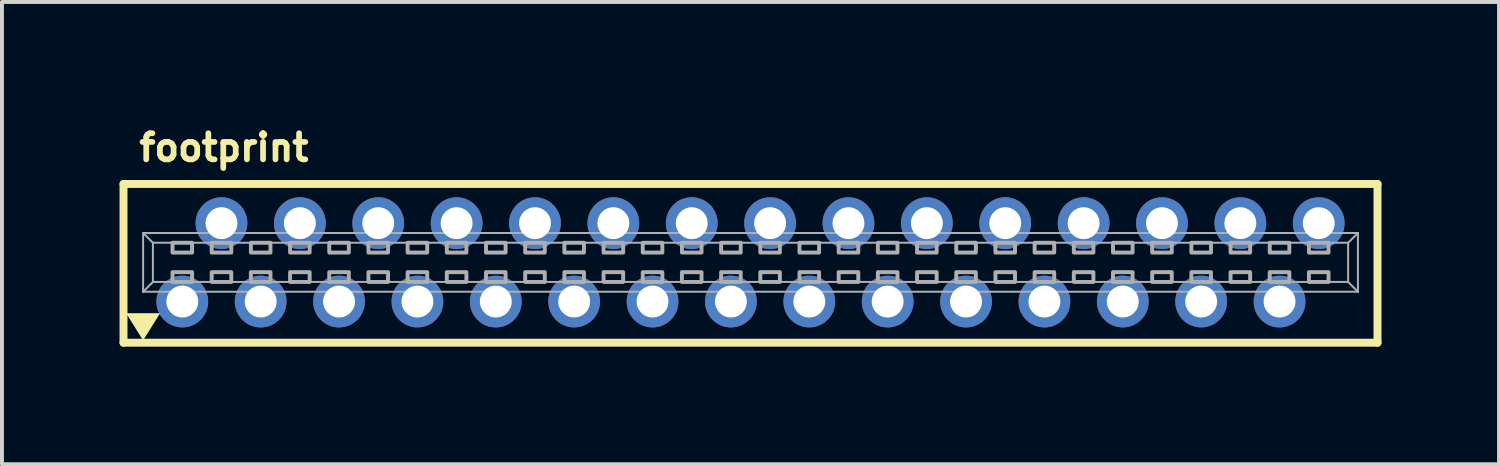
<source format=kicad_pcb>
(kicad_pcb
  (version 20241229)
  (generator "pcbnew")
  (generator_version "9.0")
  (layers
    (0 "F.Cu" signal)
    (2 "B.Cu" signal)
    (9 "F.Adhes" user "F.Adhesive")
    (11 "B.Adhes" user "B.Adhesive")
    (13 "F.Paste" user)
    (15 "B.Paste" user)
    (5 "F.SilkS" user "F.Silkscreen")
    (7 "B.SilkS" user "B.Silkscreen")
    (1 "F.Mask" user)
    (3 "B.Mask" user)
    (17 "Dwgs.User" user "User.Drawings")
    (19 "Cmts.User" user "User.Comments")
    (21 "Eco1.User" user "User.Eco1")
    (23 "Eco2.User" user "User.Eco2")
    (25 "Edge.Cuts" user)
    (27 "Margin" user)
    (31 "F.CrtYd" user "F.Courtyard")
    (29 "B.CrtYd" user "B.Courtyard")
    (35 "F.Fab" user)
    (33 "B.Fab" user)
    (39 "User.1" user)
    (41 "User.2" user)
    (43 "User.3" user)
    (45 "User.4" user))
  (footprint "footprint"
    (layer "F.Cu")
    (at 16.102 3.645)
    (property "Reference" "footprint" (at -15.675 -2.54 0) (layer "F.SilkS") (effects (font (size 0.666 0.666) (thickness 0.146)) (justify left bottom)))
    (fp_line (start -16 -2) (end -16 2.05) (stroke (width 0.203) (type solid)) (layer "F.SilkS"))
    (fp_line (start -16 2.05) (end 16 2.05) (stroke (width 0.203) (type solid)) (layer "F.SilkS"))
    (fp_line (start 16 -2) (end -16 -2) (stroke (width 0.203) (type solid)) (layer "F.SilkS"))
    (fp_line (start 16 -2) (end 16 2.05) (stroke (width 0.203) (type solid)) (layer "F.SilkS"))
    (fp_poly (pts (xy -15.5 1.992) (xy -15.933 1.298) (xy -15.067 1.298)) (stroke (width 0) (type solid)) (fill yes) (layer "F.SilkS"))
    (fp_line (start -15.5 -0.75) (end 15.5 -0.75) (stroke (width 0.051) (type solid)) (layer "F.Fab"))
    (fp_line (start -15.5 0.75) (end -15.5 -0.75) (stroke (width 0.051) (type solid)) (layer "F.Fab"))
    (fp_line (start -15.25 -0.5) (end -15.5 -0.75) (stroke (width 0.051) (type solid)) (layer "F.Fab"))
    (fp_line (start -15.25 -0.5) (end 15.25 -0.5) (stroke (width 0.051) (type solid)) (layer "F.Fab"))
    (fp_line (start -15.25 0.5) (end -15.5 0.75) (stroke (width 0.051) (type solid)) (layer "F.Fab"))
    (fp_line (start -15.25 0.5) (end -15.25 -0.5) (stroke (width 0.051) (type solid)) (layer "F.Fab"))
    (fp_line (start 15.25 -0.5) (end 15.25 0.5) (stroke (width 0.051) (type solid)) (layer "F.Fab"))
    (fp_line (start 15.25 -0.5) (end 15.5 -0.75) (stroke (width 0.051) (type solid)) (layer "F.Fab"))
    (fp_line (start 15.25 0.5) (end -15.25 0.5) (stroke (width 0.051) (type solid)) (layer "F.Fab"))
    (fp_line (start 15.25 0.5) (end 15.5 0.75) (stroke (width 0.051) (type solid)) (layer "F.Fab"))
    (fp_line (start 15.5 -0.75) (end 15.5 0.75) (stroke (width 0.051) (type solid)) (layer "F.Fab"))
    (fp_line (start 15.5 0.75) (end -15.5 0.75) (stroke (width 0.051) (type solid)) (layer "F.Fab"))
    (fp_poly (pts (xy -14.75 -0.25) (xy -14.25 -0.25) (xy -14.25 -0.5) (xy -14.75 -0.5)) (stroke (width 0.1) (type solid)) (fill no) (layer "F.Fab"))
    (fp_poly (pts (xy -14.75 0.5) (xy -14.25 0.5) (xy -14.25 0.25) (xy -14.75 0.25)) (stroke (width 0.1) (type solid)) (fill no) (layer "F.Fab"))
    (fp_poly (pts (xy -13.75 -0.25) (xy -13.25 -0.25) (xy -13.25 -0.5) (xy -13.75 -0.5)) (stroke (width 0.1) (type solid)) (fill no) (layer "F.Fab"))
    (fp_poly (pts (xy -13.75 0.5) (xy -13.25 0.5) (xy -13.25 0.25) (xy -13.75 0.25)) (stroke (width 0.1) (type solid)) (fill no) (layer "F.Fab"))
    (fp_poly (pts (xy -12.75 -0.25) (xy -12.25 -0.25) (xy -12.25 -0.5) (xy -12.75 -0.5)) (stroke (width 0.1) (type solid)) (fill no) (layer "F.Fab"))
    (fp_poly (pts (xy -12.75 0.5) (xy -12.25 0.5) (xy -12.25 0.25) (xy -12.75 0.25)) (stroke (width 0.1) (type solid)) (fill no) (layer "F.Fab"))
    (fp_poly (pts (xy -11.75 -0.25) (xy -11.25 -0.25) (xy -11.25 -0.5) (xy -11.75 -0.5)) (stroke (width 0.1) (type solid)) (fill no) (layer "F.Fab"))
    (fp_poly (pts (xy -11.75 0.5) (xy -11.25 0.5) (xy -11.25 0.25) (xy -11.75 0.25)) (stroke (width 0.1) (type solid)) (fill no) (layer "F.Fab"))
    (fp_poly (pts (xy -10.75 -0.25) (xy -10.25 -0.25) (xy -10.25 -0.5) (xy -10.75 -0.5)) (stroke (width 0.1) (type solid)) (fill no) (layer "F.Fab"))
    (fp_poly (pts (xy -10.75 0.5) (xy -10.25 0.5) (xy -10.25 0.25) (xy -10.75 0.25)) (stroke (width 0.1) (type solid)) (fill no) (layer "F.Fab"))
    (fp_poly (pts (xy -9.75 -0.25) (xy -9.25 -0.25) (xy -9.25 -0.5) (xy -9.75 -0.5)) (stroke (width 0.1) (type solid)) (fill no) (layer "F.Fab"))
    (fp_poly (pts (xy -9.75 0.5) (xy -9.25 0.5) (xy -9.25 0.25) (xy -9.75 0.25)) (stroke (width 0.1) (type solid)) (fill no) (layer "F.Fab"))
    (fp_poly (pts (xy -8.75 -0.25) (xy -8.25 -0.25) (xy -8.25 -0.5) (xy -8.75 -0.5)) (stroke (width 0.1) (type solid)) (fill no) (layer "F.Fab"))
    (fp_poly (pts (xy -8.75 0.5) (xy -8.25 0.5) (xy -8.25 0.25) (xy -8.75 0.25)) (stroke (width 0.1) (type solid)) (fill no) (layer "F.Fab"))
    (fp_poly (pts (xy -7.75 -0.25) (xy -7.25 -0.25) (xy -7.25 -0.5) (xy -7.75 -0.5)) (stroke (width 0.1) (type solid)) (fill no) (layer "F.Fab"))
    (fp_poly (pts (xy -7.75 0.5) (xy -7.25 0.5) (xy -7.25 0.25) (xy -7.75 0.25)) (stroke (width 0.1) (type solid)) (fill no) (layer "F.Fab"))
    (fp_poly (pts (xy -6.75 -0.25) (xy -6.25 -0.25) (xy -6.25 -0.5) (xy -6.75 -0.5)) (stroke (width 0.1) (type solid)) (fill no) (layer "F.Fab"))
    (fp_poly (pts (xy -6.75 0.5) (xy -6.25 0.5) (xy -6.25 0.25) (xy -6.75 0.25)) (stroke (width 0.1) (type solid)) (fill no) (layer "F.Fab"))
    (fp_poly (pts (xy -5.75 -0.25) (xy -5.25 -0.25) (xy -5.25 -0.5) (xy -5.75 -0.5)) (stroke (width 0.1) (type solid)) (fill no) (layer "F.Fab"))
    (fp_poly (pts (xy -5.75 0.5) (xy -5.25 0.5) (xy -5.25 0.25) (xy -5.75 0.25)) (stroke (width 0.1) (type solid)) (fill no) (layer "F.Fab"))
    (fp_poly (pts (xy -4.75 -0.25) (xy -4.25 -0.25) (xy -4.25 -0.5) (xy -4.75 -0.5)) (stroke (width 0.1) (type solid)) (fill no) (layer "F.Fab"))
    (fp_poly (pts (xy -4.75 0.5) (xy -4.25 0.5) (xy -4.25 0.25) (xy -4.75 0.25)) (stroke (width 0.1) (type solid)) (fill no) (layer "F.Fab"))
    (fp_poly (pts (xy -3.75 -0.25) (xy -3.25 -0.25) (xy -3.25 -0.5) (xy -3.75 -0.5)) (stroke (width 0.1) (type solid)) (fill no) (layer "F.Fab"))
    (fp_poly (pts (xy -3.75 0.5) (xy -3.25 0.5) (xy -3.25 0.25) (xy -3.75 0.25)) (stroke (width 0.1) (type solid)) (fill no) (layer "F.Fab"))
    (fp_poly (pts (xy -2.75 -0.25) (xy -2.25 -0.25) (xy -2.25 -0.5) (xy -2.75 -0.5)) (stroke (width 0.1) (type solid)) (fill no) (layer "F.Fab"))
    (fp_poly (pts (xy -2.75 0.5) (xy -2.25 0.5) (xy -2.25 0.25) (xy -2.75 0.25)) (stroke (width 0.1) (type solid)) (fill no) (layer "F.Fab"))
    (fp_poly (pts (xy -1.75 -0.25) (xy -1.25 -0.25) (xy -1.25 -0.5) (xy -1.75 -0.5)) (stroke (width 0.1) (type solid)) (fill no) (layer "F.Fab"))
    (fp_poly (pts (xy -1.75 0.5) (xy -1.25 0.5) (xy -1.25 0.25) (xy -1.75 0.25)) (stroke (width 0.1) (type solid)) (fill no) (layer "F.Fab"))
    (fp_poly (pts (xy -0.75 -0.25) (xy -0.25 -0.25) (xy -0.25 -0.5) (xy -0.75 -0.5)) (stroke (width 0.1) (type solid)) (fill no) (layer "F.Fab"))
    (fp_poly (pts (xy -0.75 0.5) (xy -0.25 0.5) (xy -0.25 0.25) (xy -0.75 0.25)) (stroke (width 0.1) (type solid)) (fill no) (layer "F.Fab"))
    (fp_poly (pts (xy 0.25 -0.25) (xy 0.75 -0.25) (xy 0.75 -0.5) (xy 0.25 -0.5)) (stroke (width 0.1) (type solid)) (fill no) (layer "F.Fab"))
    (fp_poly (pts (xy 0.25 0.5) (xy 0.75 0.5) (xy 0.75 0.25) (xy 0.25 0.25)) (stroke (width 0.1) (type solid)) (fill no) (layer "F.Fab"))
    (fp_poly (pts (xy 1.25 -0.25) (xy 1.75 -0.25) (xy 1.75 -0.5) (xy 1.25 -0.5)) (stroke (width 0.1) (type solid)) (fill no) (layer "F.Fab"))
    (fp_poly (pts (xy 1.25 0.5) (xy 1.75 0.5) (xy 1.75 0.25) (xy 1.25 0.25)) (stroke (width 0.1) (type solid)) (fill no) (layer "F.Fab"))
    (fp_poly (pts (xy 2.25 -0.25) (xy 2.75 -0.25) (xy 2.75 -0.5) (xy 2.25 -0.5)) (stroke (width 0.1) (type solid)) (fill no) (layer "F.Fab"))
    (fp_poly (pts (xy 2.25 0.5) (xy 2.75 0.5) (xy 2.75 0.25) (xy 2.25 0.25)) (stroke (width 0.1) (type solid)) (fill no) (layer "F.Fab"))
    (fp_poly (pts (xy 3.25 -0.25) (xy 3.75 -0.25) (xy 3.75 -0.5) (xy 3.25 -0.5)) (stroke (width 0.1) (type solid)) (fill no) (layer "F.Fab"))
    (fp_poly (pts (xy 3.25 0.5) (xy 3.75 0.5) (xy 3.75 0.25) (xy 3.25 0.25)) (stroke (width 0.1) (type solid)) (fill no) (layer "F.Fab"))
    (fp_poly (pts (xy 4.25 -0.25) (xy 4.75 -0.25) (xy 4.75 -0.5) (xy 4.25 -0.5)) (stroke (width 0.1) (type solid)) (fill no) (layer "F.Fab"))
    (fp_poly (pts (xy 4.25 0.5) (xy 4.75 0.5) (xy 4.75 0.25) (xy 4.25 0.25)) (stroke (width 0.1) (type solid)) (fill no) (layer "F.Fab"))
    (fp_poly (pts (xy 5.25 -0.25) (xy 5.75 -0.25) (xy 5.75 -0.5) (xy 5.25 -0.5)) (stroke (width 0.1) (type solid)) (fill no) (layer "F.Fab"))
    (fp_poly (pts (xy 5.25 0.5) (xy 5.75 0.5) (xy 5.75 0.25) (xy 5.25 0.25)) (stroke (width 0.1) (type solid)) (fill no) (layer "F.Fab"))
    (fp_poly (pts (xy 6.25 -0.25) (xy 6.75 -0.25) (xy 6.75 -0.5) (xy 6.25 -0.5)) (stroke (width 0.1) (type solid)) (fill no) (layer "F.Fab"))
    (fp_poly (pts (xy 6.25 0.5) (xy 6.75 0.5) (xy 6.75 0.25) (xy 6.25 0.25)) (stroke (width 0.1) (type solid)) (fill no) (layer "F.Fab"))
    (fp_poly (pts (xy 7.25 -0.25) (xy 7.75 -0.25) (xy 7.75 -0.5) (xy 7.25 -0.5)) (stroke (width 0.1) (type solid)) (fill no) (layer "F.Fab"))
    (fp_poly (pts (xy 7.25 0.5) (xy 7.75 0.5) (xy 7.75 0.25) (xy 7.25 0.25)) (stroke (width 0.1) (type solid)) (fill no) (layer "F.Fab"))
    (fp_poly (pts (xy 8.25 -0.25) (xy 8.75 -0.25) (xy 8.75 -0.5) (xy 8.25 -0.5)) (stroke (width 0.1) (type solid)) (fill no) (layer "F.Fab"))
    (fp_poly (pts (xy 8.25 0.5) (xy 8.75 0.5) (xy 8.75 0.25) (xy 8.25 0.25)) (stroke (width 0.1) (type solid)) (fill no) (layer "F.Fab"))
    (fp_poly (pts (xy 9.25 -0.25) (xy 9.75 -0.25) (xy 9.75 -0.5) (xy 9.25 -0.5)) (stroke (width 0.1) (type solid)) (fill no) (layer "F.Fab"))
    (fp_poly (pts (xy 9.25 0.5) (xy 9.75 0.5) (xy 9.75 0.25) (xy 9.25 0.25)) (stroke (width 0.1) (type solid)) (fill no) (layer "F.Fab"))
    (fp_poly (pts (xy 10.25 -0.25) (xy 10.75 -0.25) (xy 10.75 -0.5) (xy 10.25 -0.5)) (stroke (width 0.1) (type solid)) (fill no) (layer "F.Fab"))
    (fp_poly (pts (xy 10.25 0.5) (xy 10.75 0.5) (xy 10.75 0.25) (xy 10.25 0.25)) (stroke (width 0.1) (type solid)) (fill no) (layer "F.Fab"))
    (fp_poly (pts (xy 11.25 -0.25) (xy 11.75 -0.25) (xy 11.75 -0.5) (xy 11.25 -0.5)) (stroke (width 0.1) (type solid)) (fill no) (layer "F.Fab"))
    (fp_poly (pts (xy 11.25 0.5) (xy 11.75 0.5) (xy 11.75 0.25) (xy 11.25 0.25)) (stroke (width 0.1) (type solid)) (fill no) (layer "F.Fab"))
    (fp_poly (pts (xy 12.25 -0.25) (xy 12.75 -0.25) (xy 12.75 -0.5) (xy 12.25 -0.5)) (stroke (width 0.1) (type solid)) (fill no) (layer "F.Fab"))
    (fp_poly (pts (xy 12.25 0.5) (xy 12.75 0.5) (xy 12.75 0.25) (xy 12.25 0.25)) (stroke (width 0.1) (type solid)) (fill no) (layer "F.Fab"))
    (fp_poly (pts (xy 13.25 -0.25) (xy 13.75 -0.25) (xy 13.75 -0.5) (xy 13.25 -0.5)) (stroke (width 0.1) (type solid)) (fill no) (layer "F.Fab"))
    (fp_poly (pts (xy 13.25 0.5) (xy 13.75 0.5) (xy 13.75 0.25) (xy 13.25 0.25)) (stroke (width 0.1) (type solid)) (fill no) (layer "F.Fab"))
    (fp_poly (pts (xy 14.25 -0.25) (xy 14.75 -0.25) (xy 14.75 -0.5) (xy 14.25 -0.5)) (stroke (width 0.1) (type solid)) (fill no) (layer "F.Fab"))
    (fp_poly (pts (xy 14.25 0.5) (xy 14.75 0.5) (xy 14.75 0.25) (xy 14.25 0.25)) (stroke (width 0.1) (type solid)) (fill no) (layer "F.Fab"))
    (pad "1" thru_hole circle (at -14.5 1) (size 1.321 1.321) (drill 0.813) (layers "*.Cu" "*.Mask"))
    (pad "2" thru_hole circle (at -13.5 -1) (size 1.321 1.321) (drill 0.813) (layers "*.Cu" "*.Mask"))
    (pad "3" thru_hole circle (at -12.5 1) (size 1.321 1.321) (drill 0.813) (layers "*.Cu" "*.Mask"))
    (pad "4" thru_hole circle (at -11.5 -1) (size 1.321 1.321) (drill 0.813) (layers "*.Cu" "*.Mask"))
    (pad "5" thru_hole circle (at -10.5 1) (size 1.321 1.321) (drill 0.813) (layers "*.Cu" "*.Mask"))
    (pad "6" thru_hole circle (at -9.5 -1) (size 1.321 1.321) (drill 0.813) (layers "*.Cu" "*.Mask"))
    (pad "7" thru_hole circle (at -8.5 1) (size 1.321 1.321) (drill 0.813) (layers "*.Cu" "*.Mask"))
    (pad "8" thru_hole circle (at -7.5 -1) (size 1.321 1.321) (drill 0.813) (layers "*.Cu" "*.Mask"))
    (pad "9" thru_hole circle (at -6.5 1) (size 1.321 1.321) (drill 0.813) (layers "*.Cu" "*.Mask"))
    (pad "10" thru_hole circle (at -5.5 -1) (size 1.321 1.321) (drill 0.813) (layers "*.Cu" "*.Mask"))
    (pad "11" thru_hole circle (at -4.5 1) (size 1.321 1.321) (drill 0.813) (layers "*.Cu" "*.Mask"))
    (pad "12" thru_hole circle (at -3.5 -1) (size 1.321 1.321) (drill 0.813) (layers "*.Cu" "*.Mask"))
    (pad "13" thru_hole circle (at -2.5 1) (size 1.321 1.321) (drill 0.813) (layers "*.Cu" "*.Mask"))
    (pad "14" thru_hole circle (at -1.5 -1) (size 1.321 1.321) (drill 0.813) (layers "*.Cu" "*.Mask"))
    (pad "15" thru_hole circle (at -0.5 1) (size 1.321 1.321) (drill 0.813) (layers "*.Cu" "*.Mask"))
    (pad "16" thru_hole circle (at 0.5 -1) (size 1.321 1.321) (drill 0.813) (layers "*.Cu" "*.Mask"))
    (pad "17" thru_hole circle (at 1.5 1) (size 1.321 1.321) (drill 0.813) (layers "*.Cu" "*.Mask"))
    (pad "18" thru_hole circle (at 2.5 -1) (size 1.321 1.321) (drill 0.813) (layers "*.Cu" "*.Mask"))
    (pad "19" thru_hole circle (at 3.5 1) (size 1.321 1.321) (drill 0.813) (layers "*.Cu" "*.Mask"))
    (pad "20" thru_hole circle (at 4.5 -1) (size 1.321 1.321) (drill 0.813) (layers "*.Cu" "*.Mask"))
    (pad "21" thru_hole circle (at 5.5 1) (size 1.321 1.321) (drill 0.813) (layers "*.Cu" "*.Mask"))
    (pad "22" thru_hole circle (at 6.5 -1) (size 1.321 1.321) (drill 0.813) (layers "*.Cu" "*.Mask"))
    (pad "23" thru_hole circle (at 7.5 1) (size 1.321 1.321) (drill 0.813) (layers "*.Cu" "*.Mask"))
    (pad "24" thru_hole circle (at 8.5 -1) (size 1.321 1.321) (drill 0.813) (layers "*.Cu" "*.Mask"))
    (pad "25" thru_hole circle (at 9.5 1) (size 1.321 1.321) (drill 0.813) (layers "*.Cu" "*.Mask"))
    (pad "26" thru_hole circle (at 10.5 -1) (size 1.321 1.321) (drill 0.813) (layers "*.Cu" "*.Mask"))
    (pad "27" thru_hole circle (at 11.5 1) (size 1.321 1.321) (drill 0.813) (layers "*.Cu" "*.Mask"))
    (pad "28" thru_hole circle (at 12.5 -1) (size 1.321 1.321) (drill 0.813) (layers "*.Cu" "*.Mask"))
    (pad "29" thru_hole circle (at 13.5 1) (size 1.321 1.321) (drill 0.813) (layers "*.Cu" "*.Mask"))
    (pad "30" thru_hole circle (at 14.5 -1) (size 1.321 1.321) (drill 0.813) (layers "*.Cu" "*.Mask")))
  (gr_rect
    (start -3 -3)
    (end 35.203 8.797)
    (stroke (width 0.1) (type default))
    (fill no)
    (layer "Edge.Cuts")))
</source>
